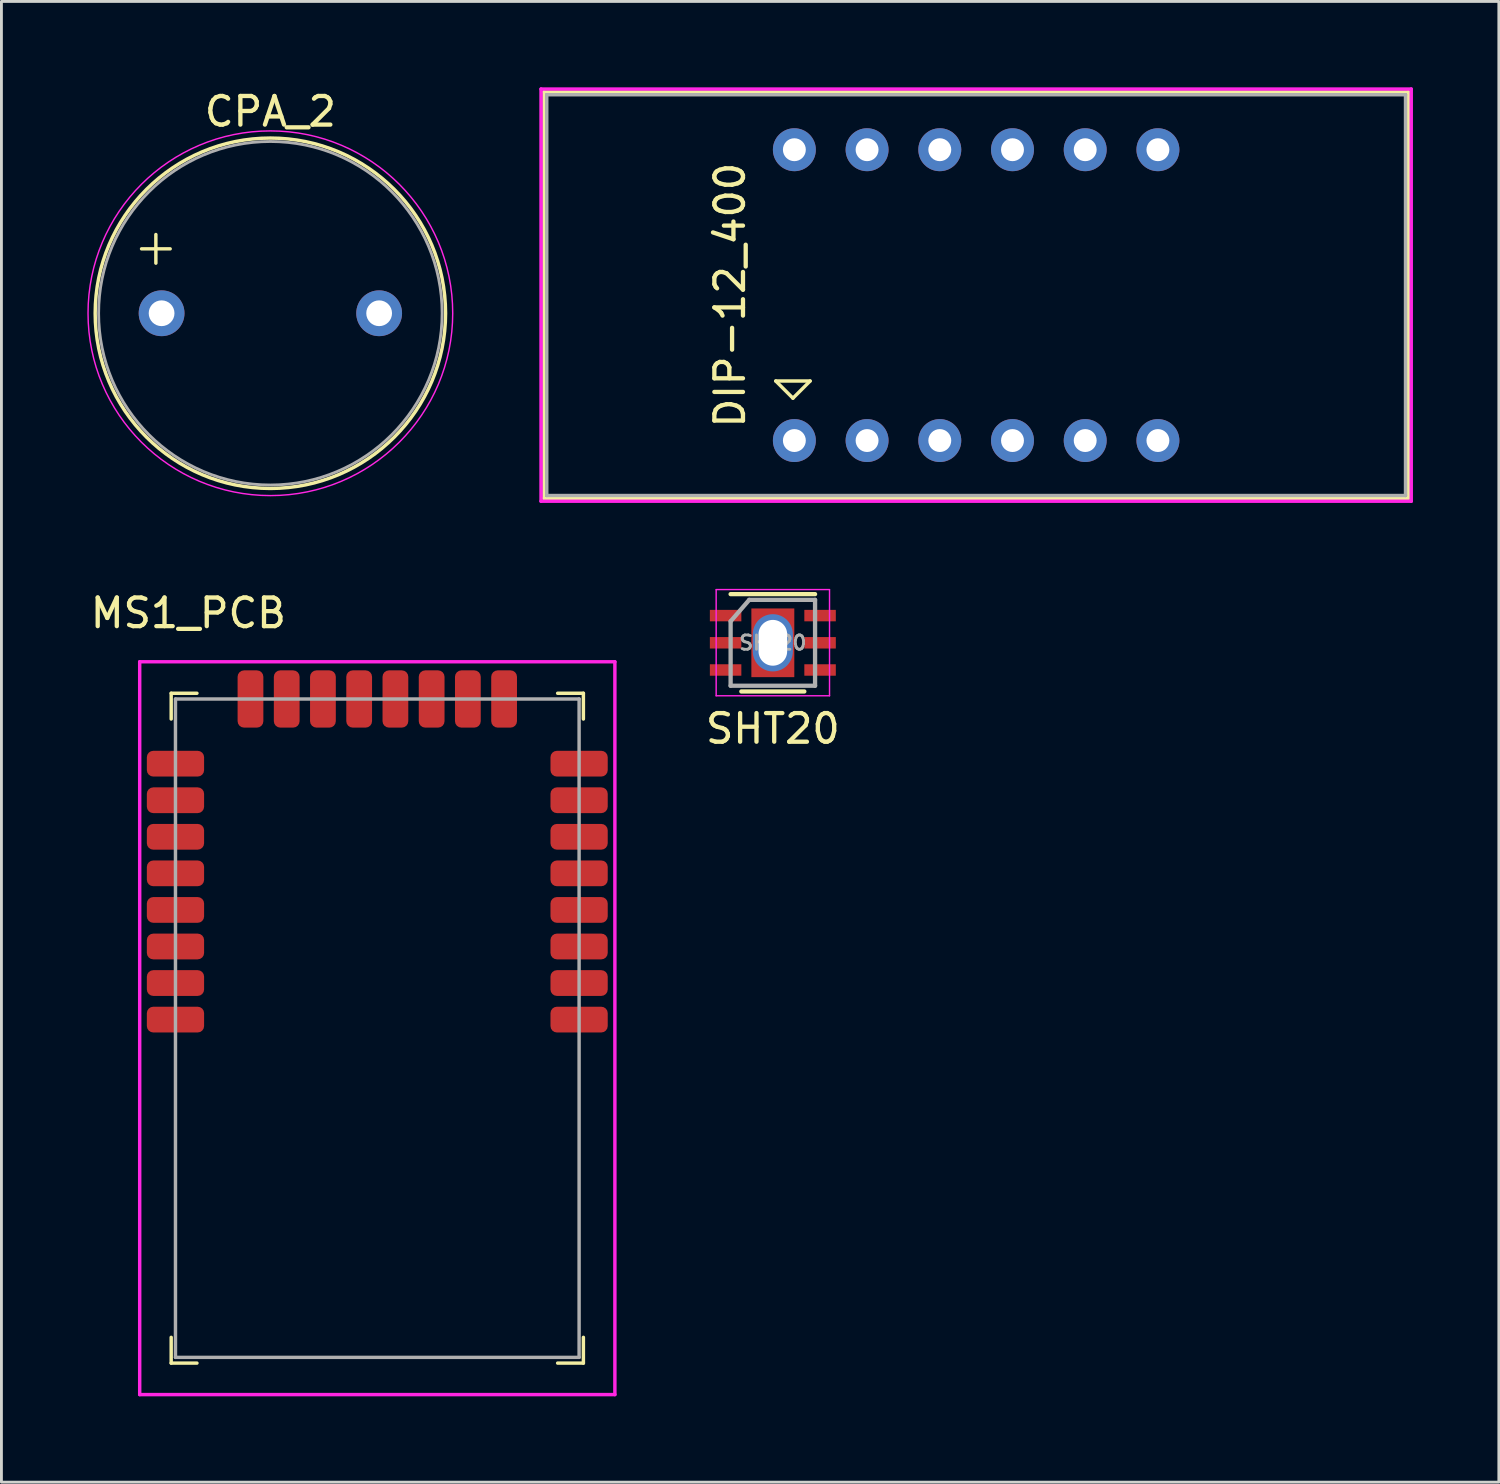
<source format=kicad_pcb>
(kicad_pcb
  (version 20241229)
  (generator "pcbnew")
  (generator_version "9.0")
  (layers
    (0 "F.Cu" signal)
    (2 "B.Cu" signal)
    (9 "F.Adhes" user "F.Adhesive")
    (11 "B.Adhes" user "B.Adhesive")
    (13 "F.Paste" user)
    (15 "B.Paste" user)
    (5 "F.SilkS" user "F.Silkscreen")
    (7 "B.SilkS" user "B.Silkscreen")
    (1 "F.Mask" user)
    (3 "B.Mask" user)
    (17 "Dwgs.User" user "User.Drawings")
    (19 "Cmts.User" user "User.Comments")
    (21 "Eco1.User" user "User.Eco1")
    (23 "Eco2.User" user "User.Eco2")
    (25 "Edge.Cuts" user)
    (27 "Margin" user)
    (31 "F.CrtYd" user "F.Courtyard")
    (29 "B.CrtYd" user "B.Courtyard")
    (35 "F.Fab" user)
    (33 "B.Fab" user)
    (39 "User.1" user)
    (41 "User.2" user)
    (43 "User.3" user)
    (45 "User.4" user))
  (footprint "SHT20"
    (layer "F.Cu")
    (at 23.948 19.405)
    (property "Reference" "SHT20" (at 0 3 0) (layer "F.SilkS") (effects (font (size 1 1) (thickness 0.15))))
    (attr through_hole)
    (fp_line (start 1.1 1.7) (end -1.1 1.7) (stroke (width 0.15) (type solid)) (layer "F.SilkS"))
    (fp_line (start 1.475 -1.7) (end -1.475 -1.7) (stroke (width 0.15) (type solid)) (layer "F.SilkS"))
    (fp_line (start -1.98 -1.86) (end 1.98 -1.86) (stroke (width 0.05) (type solid)) (layer "F.CrtYd"))
    (fp_line (start -1.98 1.85) (end -1.98 -1.85) (stroke (width 0.05) (type solid)) (layer "F.CrtYd"))
    (fp_line (start -1.98 1.85) (end 1.98 1.85) (stroke (width 0.05) (type solid)) (layer "F.CrtYd"))
    (fp_line (start 1.98 1.85) (end 1.98 -1.85) (stroke (width 0.05) (type solid)) (layer "F.CrtYd"))
    (fp_line (start -1.475 -0.75) (end -0.825 -1.5) (stroke (width 0.15) (type solid)) (layer "F.Fab"))
    (fp_line (start -1.475 1.5) (end -1.475 -0.75) (stroke (width 0.15) (type solid)) (layer "F.Fab"))
    (fp_line (start 1.475 -1.5) (end -0.825 -1.5) (stroke (width 0.15) (type solid)) (layer "F.Fab"))
    (fp_line (start 1.475 -1.5) (end 1.475 1.5) (stroke (width 0.15) (type solid)) (layer "F.Fab"))
    (fp_line (start 1.475 1.5) (end -1.475 1.5) (stroke (width 0.15) (type solid)) (layer "F.Fab"))
    (fp_text user "${REFERENCE}" (at 0 0 0) (layer "F.Fab") (effects (font (size 0.5 0.5) (thickness 0.1))))
    (pad "1" smd rect (at -1.65 -0.95) (size 1.1 0.4) (layers "F.Cu" "F.Mask" "F.Paste"))
    (pad "2" smd rect (at -1.65 0) (size 1.1 0.4) (layers "F.Cu" "F.Mask" "F.Paste"))
    (pad "3" smd rect (at -1.65 0.95) (size 1.1 0.4) (layers "F.Cu" "F.Mask" "F.Paste"))
    (pad "4" smd rect (at 1.65 0.95) (size 1.1 0.4) (layers "F.Cu" "F.Mask" "F.Paste"))
    (pad "5" smd rect (at 1.65 0) (size 1.1 0.4) (layers "F.Cu" "F.Mask" "F.Paste"))
    (pad "6" smd rect (at 1.65 -0.95) (size 1.1 0.4) (layers "F.Cu" "F.Mask" "F.Paste"))
    (pad "7" thru_hole oval (at 0 0) (size 1.4 2) (drill oval 1 1.6) (layers "*.Cu" "*.Mask"))
    (pad "7" smd rect (at 0 0) (size 1.5 2.4) (layers "F.Cu" "F.Mask" "F.Paste")))
  (footprint "DIP-12_400"
    (layer "F.Cu")
    (at 31.05 7.26)
    (property "Reference" "DIP-12_400" (at -8.6 0 90) (layer "F.SilkS") (effects (font (size 1 1) (thickness 0.15))))
    (attr through_hole)
    (fp_line (start -15.1 -7.1) (end 15.1 -7.1) (stroke (width 0.12) (type solid)) (layer "F.SilkS"))
    (fp_line (start -15.1 7.1) (end -15.1 -7.1) (stroke (width 0.12) (type solid)) (layer "F.SilkS"))
    (fp_line (start -7 3) (end -5.8 3) (stroke (width 0.12) (type solid)) (layer "F.SilkS"))
    (fp_line (start -6.4 3.6) (end -7 3) (stroke (width 0.12) (type solid)) (layer "F.SilkS"))
    (fp_line (start -5.8 3) (end -6.4 3.6) (stroke (width 0.12) (type solid)) (layer "F.SilkS"))
    (fp_line (start 15.1 -7.1) (end 15.1 7.1) (stroke (width 0.12) (type solid)) (layer "F.SilkS"))
    (fp_line (start 15.1 7.1) (end -15.1 7.1) (stroke (width 0.12) (type solid)) (layer "F.SilkS"))
    (fp_line (start -15.2 -7.2) (end 15.2 -7.2) (stroke (width 0.12) (type solid)) (layer "F.CrtYd"))
    (fp_line (start -15.2 7.2) (end -15.2 -7.2) (stroke (width 0.12) (type solid)) (layer "F.CrtYd"))
    (fp_line (start 15.2 -7.2) (end 15.2 7.2) (stroke (width 0.12) (type solid)) (layer "F.CrtYd"))
    (fp_line (start 15.2 7.2) (end -15.2 7.2) (stroke (width 0.12) (type solid)) (layer "F.CrtYd"))
    (fp_line (start -15 -7) (end -15 7) (stroke (width 0.12) (type solid)) (layer "F.Fab"))
    (fp_line (start -15 -7) (end 15 -7) (stroke (width 0.12) (type solid)) (layer "F.Fab"))
    (fp_line (start -15 7) (end 15 7) (stroke (width 0.12) (type solid)) (layer "F.Fab"))
    (fp_line (start 15 -7) (end 15 7) (stroke (width 0.12) (type solid)) (layer "F.Fab"))
    (pad "1" thru_hole circle (at -6.35 5.08) (size 1.5 1.5) (drill 0.8) (layers "*.Cu" "*.Mask"))
    (pad "2" thru_hole circle (at -3.81 5.08) (size 1.5 1.5) (drill 0.8) (layers "*.Cu" "*.Mask"))
    (pad "3" thru_hole circle (at -1.27 5.08) (size 1.5 1.5) (drill 0.8) (layers "*.Cu" "*.Mask"))
    (pad "4" thru_hole circle (at 1.27 5.08) (size 1.5 1.5) (drill 0.8) (layers "*.Cu" "*.Mask"))
    (pad "5" thru_hole circle (at 3.81 5.08) (size 1.5 1.5) (drill 0.8) (layers "*.Cu" "*.Mask"))
    (pad "6" thru_hole circle (at 6.35 5.08) (size 1.5 1.5) (drill 0.8) (layers "*.Cu" "*.Mask"))
    (pad "7" thru_hole circle (at 6.35 -5.08) (size 1.5 1.5) (drill 0.8) (layers "*.Cu" "*.Mask"))
    (pad "8" thru_hole circle (at 3.81 -5.08) (size 1.5 1.5) (drill 0.8) (layers "*.Cu" "*.Mask"))
    (pad "9" thru_hole circle (at 1.27 -5.08) (size 1.5 1.5) (drill 0.8) (layers "*.Cu" "*.Mask"))
    (pad "10" thru_hole circle (at -1.27 -5.08) (size 1.5 1.5) (drill 0.8) (layers "*.Cu" "*.Mask"))
    (pad "11" thru_hole circle (at -3.81 -5.08) (size 1.5 1.5) (drill 0.8) (layers "*.Cu" "*.Mask"))
    (pad "12" thru_hole circle (at -6.35 -5.08) (size 1.5 1.5) (drill 0.8) (layers "*.Cu" "*.Mask")))
  (footprint "MS1_PCB"
    (layer "F.Cu")
    (at 10.13 32.868)
    (property "Reference" "MS1_PCB" (at -6.6 -14.5 0) (layer "F.SilkS") (effects (font (size 1 1) (thickness 0.15))))
    (attr through_hole)
    (fp_line (start -7.2 -11.7) (end -7.2 -10.8) (stroke (width 0.12) (type solid)) (layer "F.SilkS"))
    (fp_line (start -7.2 10.8) (end -7.2 11.7) (stroke (width 0.12) (type solid)) (layer "F.SilkS"))
    (fp_line (start -7.2 11.7) (end -6.3 11.7) (stroke (width 0.12) (type solid)) (layer "F.SilkS"))
    (fp_line (start -6.3 -11.7) (end -7.2 -11.7) (stroke (width 0.12) (type solid)) (layer "F.SilkS"))
    (fp_line (start 6.3 11.7) (end 7.2 11.7) (stroke (width 0.12) (type solid)) (layer "F.SilkS"))
    (fp_line (start 7.2 -11.7) (end 6.3 -11.7) (stroke (width 0.12) (type solid)) (layer "F.SilkS"))
    (fp_line (start 7.2 -10.8) (end 7.2 -11.7) (stroke (width 0.12) (type solid)) (layer "F.SilkS"))
    (fp_line (start 7.2 11.7) (end 7.2 10.8) (stroke (width 0.12) (type solid)) (layer "F.SilkS"))
    (fp_line (start -8.3 -12.8) (end -8.3 12.8) (stroke (width 0.12) (type solid)) (layer "F.CrtYd"))
    (fp_line (start -8.3 -12.8) (end 8.3 -12.8) (stroke (width 0.12) (type solid)) (layer "F.CrtYd"))
    (fp_line (start -8.3 12.8) (end 8.3 12.8) (stroke (width 0.12) (type solid)) (layer "F.CrtYd"))
    (fp_line (start 8.3 -12.8) (end 8.3 12.8) (stroke (width 0.12) (type solid)) (layer "F.CrtYd"))
    (fp_line (start -7.05 -11.5) (end 7.05 -11.5) (stroke (width 0.12) (type solid)) (layer "F.Fab"))
    (fp_line (start -7.05 11.5) (end -7.05 -11.5) (stroke (width 0.12) (type solid)) (layer "F.Fab"))
    (fp_line (start -7.05 11.5) (end 7.05 11.5) (stroke (width 0.12) (type solid)) (layer "F.Fab"))
    (fp_line (start 7.05 -11.5) (end 7.05 11.5) (stroke (width 0.12) (type solid)) (layer "F.Fab"))
    (pad "1" smd roundrect (at 7.05 -0.3) (size 2 0.9) (layers "F.Cu" "F.Mask" "F.Paste") (roundrect_rratio 0.25))
    (pad "2" smd roundrect (at 7.05 -1.577) (size 2 0.9) (layers "F.Cu" "F.Mask" "F.Paste") (roundrect_rratio 0.25))
    (pad "3" smd roundrect (at 7.05 -2.854) (size 2 0.9) (layers "F.Cu" "F.Mask" "F.Paste") (roundrect_rratio 0.25))
    (pad "4" smd roundrect (at 7.05 -4.131) (size 2 0.9) (layers "F.Cu" "F.Mask" "F.Paste") (roundrect_rratio 0.25))
    (pad "5" smd roundrect (at 7.05 -5.409) (size 2 0.9) (layers "F.Cu" "F.Mask" "F.Paste") (roundrect_rratio 0.25))
    (pad "6" smd roundrect (at 7.05 -6.686) (size 2 0.9) (layers "F.Cu" "F.Mask" "F.Paste") (roundrect_rratio 0.25))
    (pad "7" smd roundrect (at 7.05 -7.963) (size 2 0.9) (layers "F.Cu" "F.Mask" "F.Paste") (roundrect_rratio 0.25))
    (pad "8" smd roundrect (at 7.05 -9.24) (size 2 0.9) (layers "F.Cu" "F.Mask" "F.Paste") (roundrect_rratio 0.25))
    (pad "9" smd roundrect (at 4.43 -11.5 90) (size 2 0.9) (layers "F.Cu" "F.Mask" "F.Paste") (roundrect_rratio 0.25))
    (pad "10" smd roundrect (at 3.164 -11.5 90) (size 2 0.9) (layers "F.Cu" "F.Mask" "F.Paste") (roundrect_rratio 0.25))
    (pad "11" smd roundrect (at 1.899 -11.5 90) (size 2 0.9) (layers "F.Cu" "F.Mask" "F.Paste") (roundrect_rratio 0.25))
    (pad "12" smd roundrect (at 0.633 -11.5 90) (size 2 0.9) (layers "F.Cu" "F.Mask" "F.Paste") (roundrect_rratio 0.25))
    (pad "13" smd roundrect (at -0.633 -11.5 90) (size 2 0.9) (layers "F.Cu" "F.Mask" "F.Paste") (roundrect_rratio 0.25))
    (pad "14" smd roundrect (at -1.899 -11.5 90) (size 2 0.9) (layers "F.Cu" "F.Mask" "F.Paste") (roundrect_rratio 0.25))
    (pad "15" smd roundrect (at -3.164 -11.5 90) (size 2 0.9) (layers "F.Cu" "F.Mask" "F.Paste") (roundrect_rratio 0.25))
    (pad "16" smd roundrect (at -4.43 -11.5 90) (size 2 0.9) (layers "F.Cu" "F.Mask" "F.Paste") (roundrect_rratio 0.25))
    (pad "17" smd roundrect (at -7.05 -9.24 180) (size 2 0.9) (layers "F.Cu" "F.Mask" "F.Paste") (roundrect_rratio 0.25))
    (pad "18" smd roundrect (at -7.05 -7.963 180) (size 2 0.9) (layers "F.Cu" "F.Mask" "F.Paste") (roundrect_rratio 0.25))
    (pad "19" smd roundrect (at -7.05 -6.686 180) (size 2 0.9) (layers "F.Cu" "F.Mask" "F.Paste") (roundrect_rratio 0.25))
    (pad "20" smd roundrect (at -7.05 -5.409 180) (size 2 0.9) (layers "F.Cu" "F.Mask" "F.Paste") (roundrect_rratio 0.25))
    (pad "21" smd roundrect (at -7.05 -4.131 180) (size 2 0.9) (layers "F.Cu" "F.Mask" "F.Paste") (roundrect_rratio 0.25))
    (pad "22" smd roundrect (at -7.05 -2.854 180) (size 2 0.9) (layers "F.Cu" "F.Mask" "F.Paste") (roundrect_rratio 0.25))
    (pad "23" smd roundrect (at -7.05 -1.577 180) (size 2 0.9) (layers "F.Cu" "F.Mask" "F.Paste") (roundrect_rratio 0.25))
    (pad "24" smd roundrect (at -7.05 -0.3 180) (size 2 0.9) (layers "F.Cu" "F.Mask" "F.Paste") (roundrect_rratio 0.25)))
  (footprint "CPA_2"
    (layer "F.Cu")
    (at 6.395 7.893)
    (property "Reference" "CPA_2" (at 0 -7.045 0) (layer "F.SilkS") (effects (font (size 1 1) (thickness 0.15))))
    (attr through_hole)
    (fp_line (start -4.5 -2.25) (end -3.5 -2.25) (stroke (width 0.12) (type solid)) (layer "F.SilkS"))
    (fp_line (start -4 -2.25) (end -4 -2.75) (stroke (width 0.12) (type solid)) (layer "F.SilkS"))
    (fp_line (start -4 -2.25) (end -4 -1.75) (stroke (width 0.12) (type solid)) (layer "F.SilkS"))
    (fp_circle (center 0 0) (end 0 6.12) (stroke (width 0.12) (type solid)) (fill no) (layer "F.SilkS"))
    (fp_circle (center 0 0) (end 0 6.37) (stroke (width 0.05) (type solid)) (fill no) (layer "F.CrtYd"))
    (fp_circle (center 0 0) (end 0 6) (stroke (width 0.1) (type solid)) (fill no) (layer "F.Fab"))
    (pad "1" thru_hole oval (at -3.8 0) (size 1.6 1.6) (drill 0.9) (layers "*.Cu" "*.Mask"))
    (pad "2" thru_hole oval (at 3.8 0) (size 1.6 1.6) (drill 0.9) (layers "*.Cu" "*.Mask")))
  (gr_rect
    (start -3 -3)
    (end 49.31 48.728)
    (stroke (width 0.1) (type default))
    (fill no)
    (layer "Edge.Cuts")))
</source>
